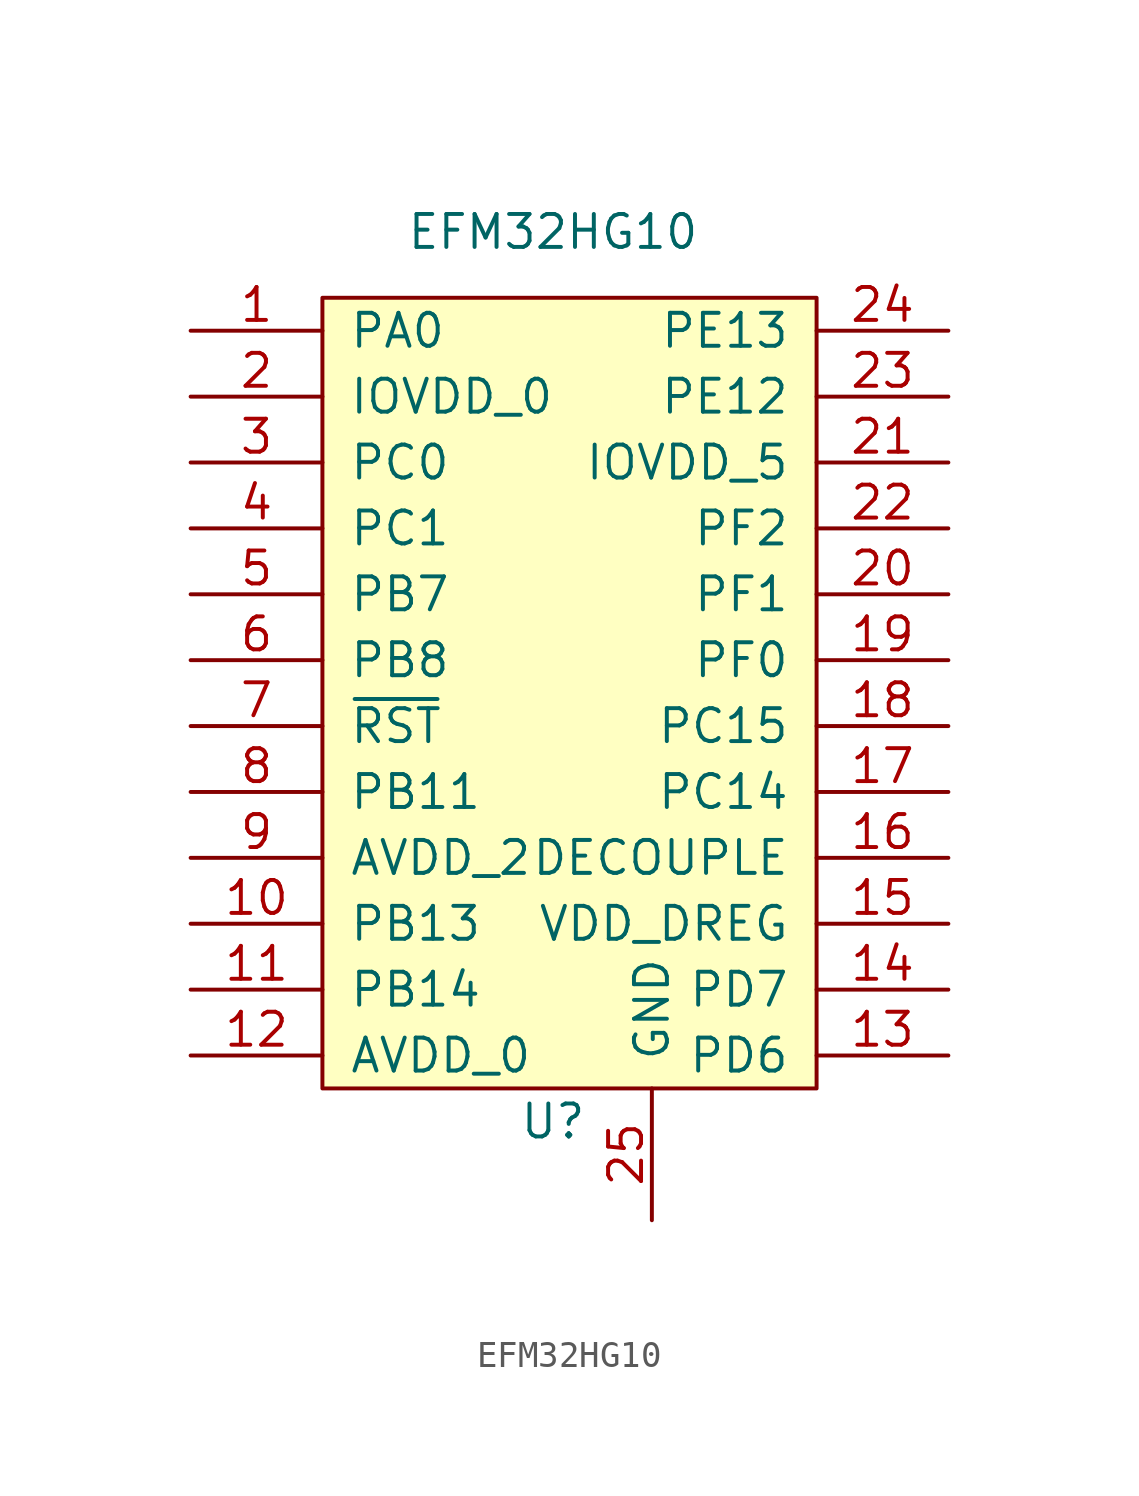
<source format=kicad_sym>
(kicad_symbol_lib
  (version 20211014)
  (generator kicad_symbol_editor)
  (symbol "EFM32HG10"
    (pin_names
      (offset 1.016))
    (property "Reference" "U"
      (at 0 -16.51 0)
      (effects (font (size 1.27 1.27))))
    (property "Value" "EFM32HG10"
      (at 0 17.78 0)
      (effects (font (size 1.27 1.27))))
    (symbol "EFM32HG10_0_1"
      (rectangle (start -8.89 15.24) (end 10.16 -15.24) (stroke (width 0) (type default) (color 0 0 0 0)) (fill (type background))))
    (symbol "EFM32HG10_1_1"
      (pin bidirectional line (at -13.97 13.97 0) (length 5.08) (name "PA0" (effects (font (size 1.27 1.27)))) (number "1" (effects (font (size 1.27 1.27)))))
      (pin bidirectional line (at -13.97 -8.89 0) (length 5.08) (name "PB13" (effects (font (size 1.27 1.27)))) (number "10" (effects (font (size 1.27 1.27)))))
      (pin power_in line (at -13.97 -11.43 0) (length 5.08) (name "PB14" (effects (font (size 1.27 1.27)))) (number "11" (effects (font (size 1.27 1.27)))))
      (pin power_in line (at -13.97 -13.97 0) (length 5.08) (name "AVDD_0" (effects (font (size 1.27 1.27)))) (number "12" (effects (font (size 1.27 1.27)))))
      (pin bidirectional line (at 15.24 -13.97 180) (length 5.08) (name "PD6" (effects (font (size 1.27 1.27)))) (number "13" (effects (font (size 1.27 1.27)))))
      (pin bidirectional line (at 15.24 -11.43 180) (length 5.08) (name "PD7" (effects (font (size 1.27 1.27)))) (number "14" (effects (font (size 1.27 1.27)))))
      (pin power_in line (at 15.24 -8.89 180) (length 5.08) (name "VDD_DREG" (effects (font (size 1.27 1.27)))) (number "15" (effects (font (size 1.27 1.27)))))
      (pin power_in line (at 15.24 -6.35 180) (length 5.08) (name "DECOUPLE" (effects (font (size 1.27 1.27)))) (number "16" (effects (font (size 1.27 1.27)))))
      (pin bidirectional line (at 15.24 -3.81 180) (length 5.08) (name "PC14" (effects (font (size 1.27 1.27)))) (number "17" (effects (font (size 1.27 1.27)))))
      (pin bidirectional line (at 15.24 -1.27 180) (length 5.08) (name "PC15" (effects (font (size 1.27 1.27)))) (number "18" (effects (font (size 1.27 1.27)))))
      (pin bidirectional line (at 15.24 1.27 180) (length 5.08) (name "PF0" (effects (font (size 1.27 1.27)))) (number "19" (effects (font (size 1.27 1.27)))))
      (pin power_in line (at -13.97 11.43 0) (length 5.08) (name "IOVDD_0" (effects (font (size 1.27 1.27)))) (number "2" (effects (font (size 1.27 1.27)))))
      (pin bidirectional line (at 15.24 3.81 180) (length 5.08) (name "PF1" (effects (font (size 1.27 1.27)))) (number "20" (effects (font (size 1.27 1.27)))))
      (pin power_in line (at 15.24 8.89 180) (length 5.08) (name "IOVDD_5" (effects (font (size 1.27 1.27)))) (number "21" (effects (font (size 1.27 1.27)))))
      (pin power_in line (at 15.24 6.35 180) (length 5.08) (name "PF2" (effects (font (size 1.27 1.27)))) (number "22" (effects (font (size 1.27 1.27)))))
      (pin power_in line (at 15.24 11.43 180) (length 5.08) (name "PE12" (effects (font (size 1.27 1.27)))) (number "23" (effects (font (size 1.27 1.27)))))
      (pin power_in line (at 15.24 13.97 180) (length 5.08) (name "PE13" (effects (font (size 1.27 1.27)))) (number "24" (effects (font (size 1.27 1.27)))))
      (pin power_in line (at 3.81 -20.32 90) (length 5.08) (name "GND" (effects (font (size 1.27 1.27)))) (number "25" (effects (font (size 1.27 1.27)))))
      (pin bidirectional line (at -13.97 8.89 0) (length 5.08) (name "PC0" (effects (font (size 1.27 1.27)))) (number "3" (effects (font (size 1.27 1.27)))))
      (pin bidirectional line (at -13.97 6.35 0) (length 5.08) (name "PC1" (effects (font (size 1.27 1.27)))) (number "4" (effects (font (size 1.27 1.27)))))
      (pin bidirectional line (at -13.97 3.81 0) (length 5.08) (name "PB7" (effects (font (size 1.27 1.27)))) (number "5" (effects (font (size 1.27 1.27)))))
      (pin bidirectional line (at -13.97 1.27 0) (length 5.08) (name "PB8" (effects (font (size 1.27 1.27)))) (number "6" (effects (font (size 1.27 1.27)))))
      (pin bidirectional line (at -13.97 -1.27 0) (length 5.08) (name "~{RST}" (effects (font (size 1.27 1.27)))) (number "7" (effects (font (size 1.27 1.27)))))
      (pin bidirectional line (at -13.97 -3.81 0) (length 5.08) (name "PB11" (effects (font (size 1.27 1.27)))) (number "8" (effects (font (size 1.27 1.27)))))
      (pin power_in line (at -13.97 -6.35 0) (length 5.08) (name "AVDD_2" (effects (font (size 1.27 1.27)))) (number "9" (effects (font (size 1.27 1.27))))))))
</source>
